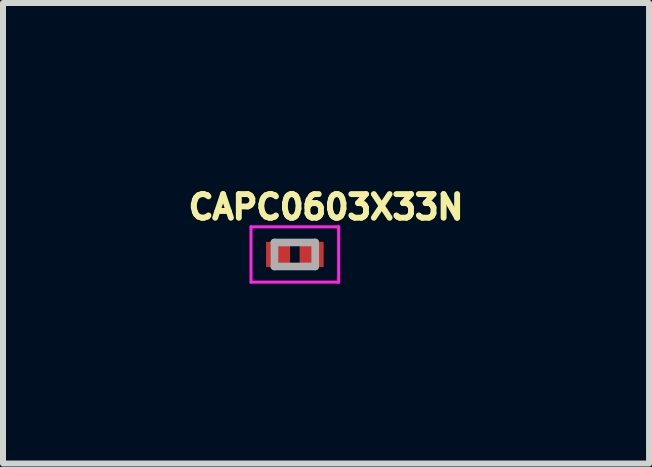
<source format=kicad_pcb>
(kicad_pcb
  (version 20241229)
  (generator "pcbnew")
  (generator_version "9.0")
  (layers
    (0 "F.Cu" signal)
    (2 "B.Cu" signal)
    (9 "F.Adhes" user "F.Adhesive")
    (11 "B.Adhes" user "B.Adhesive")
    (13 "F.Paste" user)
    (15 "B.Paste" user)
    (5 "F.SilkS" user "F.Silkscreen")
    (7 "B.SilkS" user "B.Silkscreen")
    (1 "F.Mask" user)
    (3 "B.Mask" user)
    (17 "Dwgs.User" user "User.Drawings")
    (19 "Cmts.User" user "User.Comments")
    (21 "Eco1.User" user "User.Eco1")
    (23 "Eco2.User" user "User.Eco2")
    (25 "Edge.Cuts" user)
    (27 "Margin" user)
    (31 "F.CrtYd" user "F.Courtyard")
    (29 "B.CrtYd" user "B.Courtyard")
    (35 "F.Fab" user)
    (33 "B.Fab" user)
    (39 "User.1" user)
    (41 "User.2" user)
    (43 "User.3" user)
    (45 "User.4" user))
  (footprint "CAPC0603X33N"
    (layer "F.Cu")
    (at 1.866 1.193)
    (property "Reference" "CAPC0603X33N" (at 0.52 -0.79 0) (layer "F.SilkS") (effects (font (size 0.394 0.394) (thickness 0.15))))
    (attr smd)
    (fp_line (start -0.731 -0.461) (end 0.731 -0.461) (stroke (width 0.05) (type solid)) (layer "F.CrtYd"))
    (fp_line (start -0.731 0.461) (end -0.731 -0.461) (stroke (width 0.05) (type solid)) (layer "F.CrtYd"))
    (fp_line (start -0.731 0.461) (end 0.731 0.461) (stroke (width 0.05) (type solid)) (layer "F.CrtYd"))
    (fp_line (start 0.731 0.461) (end 0.731 -0.461) (stroke (width 0.05) (type solid)) (layer "F.CrtYd"))
    (fp_line (start -0.34 0.2) (end -0.34 -0.2) (stroke (width 0.127) (type solid)) (layer "F.Fab"))
    (fp_line (start 0.34 -0.2) (end -0.34 -0.2) (stroke (width 0.127) (type solid)) (layer "F.Fab"))
    (fp_line (start 0.34 0.2) (end -0.34 0.2) (stroke (width 0.127) (type solid)) (layer "F.Fab"))
    (fp_line (start 0.34 0.2) (end 0.34 -0.2) (stroke (width 0.127) (type solid)) (layer "F.Fab"))
    (pad "1" smd rect (at -0.28 0) (size 0.4 0.42) (layers "F.Cu" "F.Mask" "F.Paste"))
    (pad "2" smd rect (at 0.28 0) (size 0.4 0.42) (layers "F.Cu" "F.Mask" "F.Paste")))
  (gr_rect
    (start -3 -3)
    (end 7.772 4.679)
    (stroke (width 0.1) (type default))
    (fill no)
    (layer "Edge.Cuts")))
</source>
